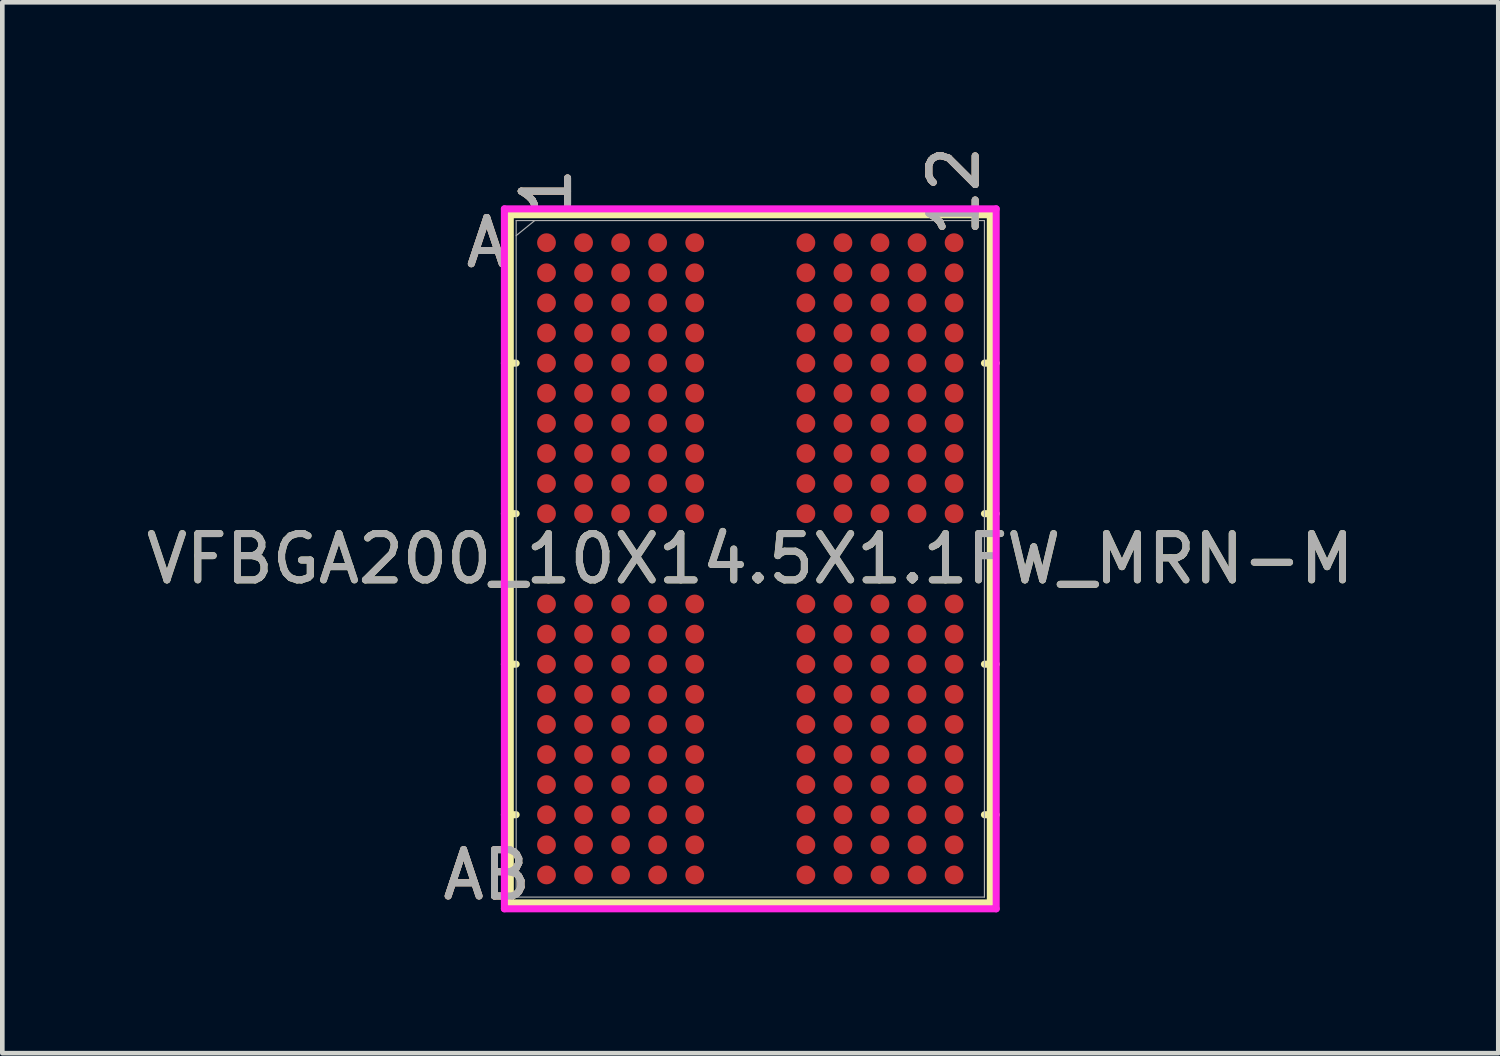
<source format=kicad_pcb>
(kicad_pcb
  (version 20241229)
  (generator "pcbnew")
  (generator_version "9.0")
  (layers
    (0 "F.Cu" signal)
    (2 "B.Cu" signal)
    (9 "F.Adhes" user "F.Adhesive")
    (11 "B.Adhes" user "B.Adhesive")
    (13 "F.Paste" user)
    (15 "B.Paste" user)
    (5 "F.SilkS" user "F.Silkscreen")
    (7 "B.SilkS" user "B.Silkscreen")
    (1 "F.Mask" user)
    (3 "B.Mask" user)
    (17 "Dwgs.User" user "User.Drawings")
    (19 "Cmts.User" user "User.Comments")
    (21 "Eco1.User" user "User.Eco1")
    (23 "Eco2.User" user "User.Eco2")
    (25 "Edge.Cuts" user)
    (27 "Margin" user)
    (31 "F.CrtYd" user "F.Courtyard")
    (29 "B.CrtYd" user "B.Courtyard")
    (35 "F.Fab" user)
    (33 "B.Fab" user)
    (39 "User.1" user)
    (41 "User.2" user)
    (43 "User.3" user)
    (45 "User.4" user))
  (footprint "VFBGA200_10X14.5X1.1FW_MRN-M"
    (layer "F.Cu")
    (at 13.149 9.015)
    (property "Reference" "VFBGA200_10X14.5X1.1FW_MRN-M" (at 0 0 0) (unlocked yes) (layer "F.SilkS") (effects (font (size 1 1) (thickness 0.15))))
    (attr smd)
    (fp_line (start -5.182 -7.429) (end -5.182 7.429) (stroke (width 0.152) (type solid)) (layer "F.SilkS"))
    (fp_line (start -5.182 7.429) (end 5.182 7.429) (stroke (width 0.152) (type solid)) (layer "F.SilkS"))
    (fp_line (start -5.055 -4.225) (end -5.309 -4.225) (stroke (width 0.152) (type solid)) (layer "F.SilkS"))
    (fp_line (start -5.055 -0.975) (end -5.309 -0.975) (stroke (width 0.152) (type solid)) (layer "F.SilkS"))
    (fp_line (start -5.055 2.275) (end -5.309 2.275) (stroke (width 0.152) (type solid)) (layer "F.SilkS"))
    (fp_line (start -5.055 5.525) (end -5.309 5.525) (stroke (width 0.152) (type solid)) (layer "F.SilkS"))
    (fp_line (start 5.055 -4.225) (end 5.309 -4.225) (stroke (width 0.152) (type solid)) (layer "F.SilkS"))
    (fp_line (start 5.055 -0.975) (end 5.309 -0.975) (stroke (width 0.152) (type solid)) (layer "F.SilkS"))
    (fp_line (start 5.055 2.275) (end 5.309 2.275) (stroke (width 0.152) (type solid)) (layer "F.SilkS"))
    (fp_line (start 5.055 5.525) (end 5.309 5.525) (stroke (width 0.152) (type solid)) (layer "F.SilkS"))
    (fp_line (start 5.182 -7.429) (end -5.182 -7.429) (stroke (width 0.152) (type solid)) (layer "F.SilkS"))
    (fp_line (start 5.182 7.429) (end 5.182 -7.429) (stroke (width 0.152) (type solid)) (layer "F.SilkS"))
    (fp_poly (pts (xy -5.245 -7.595) (xy 5.245 -7.595) (xy 5.245 7.595) (xy -5.245 7.595)) (stroke (width 0.1) (type solid)) (fill no) (layer "Eco2.User"))
    (fp_line (start -5.309 -7.556) (end 5.309 -7.556) (stroke (width 0.152) (type solid)) (layer "F.CrtYd"))
    (fp_line (start -5.309 7.556) (end -5.309 -7.556) (stroke (width 0.152) (type solid)) (layer "F.CrtYd"))
    (fp_line (start 5.309 -7.556) (end 5.309 7.556) (stroke (width 0.152) (type solid)) (layer "F.CrtYd"))
    (fp_line (start 5.309 7.556) (end -5.309 7.556) (stroke (width 0.152) (type solid)) (layer "F.CrtYd"))
    (fp_line (start -5.055 -7.303) (end -5.055 7.303) (stroke (width 0.025) (type solid)) (layer "F.Fab"))
    (fp_line (start -5.055 7.303) (end 5.055 7.303) (stroke (width 0.025) (type solid)) (layer "F.Fab"))
    (fp_line (start -4.655 -7.303) (end -5.055 -6.978) (stroke (width 0.025) (type solid)) (layer "F.Fab"))
    (fp_line (start 5.055 -7.303) (end -5.055 -7.303) (stroke (width 0.025) (type solid)) (layer "F.Fab"))
    (fp_line (start 5.055 7.303) (end 5.055 -7.303) (stroke (width 0.025) (type solid)) (layer "F.Fab"))
    (fp_text user "A" (at -5.69 -6.825 0) (unlocked yes) (layer "F.SilkS") (effects (font (size 1 1) (thickness 0.15))))
    (fp_text user "1" (at -4.4 -7.938 90) (unlocked yes) (layer "F.SilkS") (effects (font (size 1 1) (thickness 0.15))))
    (fp_text user "12" (at 4.4 -7.938 90) (unlocked yes) (layer "F.SilkS") (effects (font (size 1 1) (thickness 0.15))))
    (fp_text user "AB" (at -5.69 6.825 0) (unlocked yes) (layer "F.SilkS") (effects (font (size 1 1) (thickness 0.15))))
    (fp_text user "1" (at -4.4 -7.938 90) (unlocked yes) (layer "B.SilkS") (effects (font (size 1 1) (thickness 0.15))))
    (fp_text user "12" (at 4.4 -7.938 90) (unlocked yes) (layer "B.SilkS") (effects (font (size 1 1) (thickness 0.15))))
    (fp_text user "AB" (at -5.69 6.825 0) (unlocked yes) (layer "B.SilkS") (effects (font (size 1 1) (thickness 0.15))))
    (fp_text user "A" (at -5.69 -6.825 0) (unlocked yes) (layer "B.SilkS") (effects (font (size 1 1) (thickness 0.15))))
    (fp_text user "${REFERENCE}" (at 0 0 0) (unlocked yes) (layer "F.Fab") (effects (font (size 1 1) (thickness 0.15))))
    (fp_text user "A" (at -5.69 -6.825 0) (unlocked yes) (layer "F.Fab") (effects (font (size 1 1) (thickness 0.15))))
    (fp_text user "AB" (at -5.69 6.825 0) (unlocked yes) (layer "F.Fab") (effects (font (size 1 1) (thickness 0.15))))
    (fp_text user "1" (at -4.4 -7.938 90) (unlocked yes) (layer "F.Fab") (effects (font (size 1 1) (thickness 0.15))))
    (fp_text user "12" (at 4.4 -7.938 90) (unlocked yes) (layer "F.Fab") (effects (font (size 1 1) (thickness 0.15))))
    (pad "A1" smd circle (at -4.4 -6.825) (size 0.406 0.406) (layers "F.Cu" "F.Mask" "F.Paste"))
    (pad "A2" smd circle (at -3.6 -6.825) (size 0.406 0.406) (layers "F.Cu" "F.Mask" "F.Paste"))
    (pad "A3" smd circle (at -2.8 -6.825) (size 0.406 0.406) (layers "F.Cu" "F.Mask" "F.Paste"))
    (pad "A4" smd circle (at -2 -6.825) (size 0.406 0.406) (layers "F.Cu" "F.Mask" "F.Paste"))
    (pad "A5" smd circle (at -1.2 -6.825) (size 0.406 0.406) (layers "F.Cu" "F.Mask" "F.Paste"))
    (pad "A8" smd circle (at 1.2 -6.825) (size 0.406 0.406) (layers "F.Cu" "F.Mask" "F.Paste"))
    (pad "A9" smd circle (at 2 -6.825) (size 0.406 0.406) (layers "F.Cu" "F.Mask" "F.Paste"))
    (pad "A10" smd circle (at 2.8 -6.825) (size 0.406 0.406) (layers "F.Cu" "F.Mask" "F.Paste"))
    (pad "A11" smd circle (at 3.6 -6.825) (size 0.406 0.406) (layers "F.Cu" "F.Mask" "F.Paste"))
    (pad "A12" smd circle (at 4.4 -6.825) (size 0.406 0.406) (layers "F.Cu" "F.Mask" "F.Paste"))
    (pad "AA1" smd circle (at -4.4 6.175) (size 0.406 0.406) (layers "F.Cu" "F.Mask" "F.Paste"))
    (pad "AA2" smd circle (at -3.6 6.175) (size 0.406 0.406) (layers "F.Cu" "F.Mask" "F.Paste"))
    (pad "AA3" smd circle (at -2.8 6.175) (size 0.406 0.406) (layers "F.Cu" "F.Mask" "F.Paste"))
    (pad "AA4" smd circle (at -2 6.175) (size 0.406 0.406) (layers "F.Cu" "F.Mask" "F.Paste"))
    (pad "AA5" smd circle (at -1.2 6.175) (size 0.406 0.406) (layers "F.Cu" "F.Mask" "F.Paste"))
    (pad "AA8" smd circle (at 1.2 6.175) (size 0.406 0.406) (layers "F.Cu" "F.Mask" "F.Paste"))
    (pad "AA9" smd circle (at 2 6.175) (size 0.406 0.406) (layers "F.Cu" "F.Mask" "F.Paste"))
    (pad "AA10" smd circle (at 2.8 6.175) (size 0.406 0.406) (layers "F.Cu" "F.Mask" "F.Paste"))
    (pad "AA11" smd circle (at 3.6 6.175) (size 0.406 0.406) (layers "F.Cu" "F.Mask" "F.Paste"))
    (pad "AA12" smd circle (at 4.4 6.175) (size 0.406 0.406) (layers "F.Cu" "F.Mask" "F.Paste"))
    (pad "AB1" smd circle (at -4.4 6.825) (size 0.406 0.406) (layers "F.Cu" "F.Mask" "F.Paste"))
    (pad "AB2" smd circle (at -3.6 6.825) (size 0.406 0.406) (layers "F.Cu" "F.Mask" "F.Paste"))
    (pad "AB3" smd circle (at -2.8 6.825) (size 0.406 0.406) (layers "F.Cu" "F.Mask" "F.Paste"))
    (pad "AB4" smd circle (at -2 6.825) (size 0.406 0.406) (layers "F.Cu" "F.Mask" "F.Paste"))
    (pad "AB5" smd circle (at -1.2 6.825) (size 0.406 0.406) (layers "F.Cu" "F.Mask" "F.Paste"))
    (pad "AB8" smd circle (at 1.2 6.825) (size 0.406 0.406) (layers "F.Cu" "F.Mask" "F.Paste"))
    (pad "AB9" smd circle (at 2 6.825) (size 0.406 0.406) (layers "F.Cu" "F.Mask" "F.Paste"))
    (pad "AB10" smd circle (at 2.8 6.825) (size 0.406 0.406) (layers "F.Cu" "F.Mask" "F.Paste"))
    (pad "AB11" smd circle (at 3.6 6.825) (size 0.406 0.406) (layers "F.Cu" "F.Mask" "F.Paste"))
    (pad "AB12" smd circle (at 4.4 6.825) (size 0.406 0.406) (layers "F.Cu" "F.Mask" "F.Paste"))
    (pad "B1" smd circle (at -4.4 -6.175) (size 0.406 0.406) (layers "F.Cu" "F.Mask" "F.Paste"))
    (pad "B2" smd circle (at -3.6 -6.175) (size 0.406 0.406) (layers "F.Cu" "F.Mask" "F.Paste"))
    (pad "B3" smd circle (at -2.8 -6.175) (size 0.406 0.406) (layers "F.Cu" "F.Mask" "F.Paste"))
    (pad "B4" smd circle (at -2 -6.175) (size 0.406 0.406) (layers "F.Cu" "F.Mask" "F.Paste"))
    (pad "B5" smd circle (at -1.2 -6.175) (size 0.406 0.406) (layers "F.Cu" "F.Mask" "F.Paste"))
    (pad "B8" smd circle (at 1.2 -6.175) (size 0.406 0.406) (layers "F.Cu" "F.Mask" "F.Paste"))
    (pad "B9" smd circle (at 2 -6.175) (size 0.406 0.406) (layers "F.Cu" "F.Mask" "F.Paste"))
    (pad "B10" smd circle (at 2.8 -6.175) (size 0.406 0.406) (layers "F.Cu" "F.Mask" "F.Paste"))
    (pad "B11" smd circle (at 3.6 -6.175) (size 0.406 0.406) (layers "F.Cu" "F.Mask" "F.Paste"))
    (pad "B12" smd circle (at 4.4 -6.175) (size 0.406 0.406) (layers "F.Cu" "F.Mask" "F.Paste"))
    (pad "C1" smd circle (at -4.4 -5.525) (size 0.406 0.406) (layers "F.Cu" "F.Mask" "F.Paste"))
    (pad "C2" smd circle (at -3.6 -5.525) (size 0.406 0.406) (layers "F.Cu" "F.Mask" "F.Paste"))
    (pad "C3" smd circle (at -2.8 -5.525) (size 0.406 0.406) (layers "F.Cu" "F.Mask" "F.Paste"))
    (pad "C4" smd circle (at -2 -5.525) (size 0.406 0.406) (layers "F.Cu" "F.Mask" "F.Paste"))
    (pad "C5" smd circle (at -1.2 -5.525) (size 0.406 0.406) (layers "F.Cu" "F.Mask" "F.Paste"))
    (pad "C8" smd circle (at 1.2 -5.525) (size 0.406 0.406) (layers "F.Cu" "F.Mask" "F.Paste"))
    (pad "C9" smd circle (at 2 -5.525) (size 0.406 0.406) (layers "F.Cu" "F.Mask" "F.Paste"))
    (pad "C10" smd circle (at 2.8 -5.525) (size 0.406 0.406) (layers "F.Cu" "F.Mask" "F.Paste"))
    (pad "C11" smd circle (at 3.6 -5.525) (size 0.406 0.406) (layers "F.Cu" "F.Mask" "F.Paste"))
    (pad "C12" smd circle (at 4.4 -5.525) (size 0.406 0.406) (layers "F.Cu" "F.Mask" "F.Paste"))
    (pad "D1" smd circle (at -4.4 -4.875) (size 0.406 0.406) (layers "F.Cu" "F.Mask" "F.Paste"))
    (pad "D2" smd circle (at -3.6 -4.875) (size 0.406 0.406) (layers "F.Cu" "F.Mask" "F.Paste"))
    (pad "D3" smd circle (at -2.8 -4.875) (size 0.406 0.406) (layers "F.Cu" "F.Mask" "F.Paste"))
    (pad "D4" smd circle (at -2 -4.875) (size 0.406 0.406) (layers "F.Cu" "F.Mask" "F.Paste"))
    (pad "D5" smd circle (at -1.2 -4.875) (size 0.406 0.406) (layers "F.Cu" "F.Mask" "F.Paste"))
    (pad "D8" smd circle (at 1.2 -4.875) (size 0.406 0.406) (layers "F.Cu" "F.Mask" "F.Paste"))
    (pad "D9" smd circle (at 2 -4.875) (size 0.406 0.406) (layers "F.Cu" "F.Mask" "F.Paste"))
    (pad "D10" smd circle (at 2.8 -4.875) (size 0.406 0.406) (layers "F.Cu" "F.Mask" "F.Paste"))
    (pad "D11" smd circle (at 3.6 -4.875) (size 0.406 0.406) (layers "F.Cu" "F.Mask" "F.Paste"))
    (pad "D12" smd circle (at 4.4 -4.875) (size 0.406 0.406) (layers "F.Cu" "F.Mask" "F.Paste"))
    (pad "E1" smd circle (at -4.4 -4.225) (size 0.406 0.406) (layers "F.Cu" "F.Mask" "F.Paste"))
    (pad "E2" smd circle (at -3.6 -4.225) (size 0.406 0.406) (layers "F.Cu" "F.Mask" "F.Paste"))
    (pad "E3" smd circle (at -2.8 -4.225) (size 0.406 0.406) (layers "F.Cu" "F.Mask" "F.Paste"))
    (pad "E4" smd circle (at -2 -4.225) (size 0.406 0.406) (layers "F.Cu" "F.Mask" "F.Paste"))
    (pad "E5" smd circle (at -1.2 -4.225) (size 0.406 0.406) (layers "F.Cu" "F.Mask" "F.Paste"))
    (pad "E8" smd circle (at 1.2 -4.225) (size 0.406 0.406) (layers "F.Cu" "F.Mask" "F.Paste"))
    (pad "E9" smd circle (at 2 -4.225) (size 0.406 0.406) (layers "F.Cu" "F.Mask" "F.Paste"))
    (pad "E10" smd circle (at 2.8 -4.225) (size 0.406 0.406) (layers "F.Cu" "F.Mask" "F.Paste"))
    (pad "E11" smd circle (at 3.6 -4.225) (size 0.406 0.406) (layers "F.Cu" "F.Mask" "F.Paste"))
    (pad "E12" smd circle (at 4.4 -4.225) (size 0.406 0.406) (layers "F.Cu" "F.Mask" "F.Paste"))
    (pad "F1" smd circle (at -4.4 -3.575) (size 0.406 0.406) (layers "F.Cu" "F.Mask" "F.Paste"))
    (pad "F2" smd circle (at -3.6 -3.575) (size 0.406 0.406) (layers "F.Cu" "F.Mask" "F.Paste"))
    (pad "F3" smd circle (at -2.8 -3.575) (size 0.406 0.406) (layers "F.Cu" "F.Mask" "F.Paste"))
    (pad "F4" smd circle (at -2 -3.575) (size 0.406 0.406) (layers "F.Cu" "F.Mask" "F.Paste"))
    (pad "F5" smd circle (at -1.2 -3.575) (size 0.406 0.406) (layers "F.Cu" "F.Mask" "F.Paste"))
    (pad "F8" smd circle (at 1.2 -3.575) (size 0.406 0.406) (layers "F.Cu" "F.Mask" "F.Paste"))
    (pad "F9" smd circle (at 2 -3.575) (size 0.406 0.406) (layers "F.Cu" "F.Mask" "F.Paste"))
    (pad "F10" smd circle (at 2.8 -3.575) (size 0.406 0.406) (layers "F.Cu" "F.Mask" "F.Paste"))
    (pad "F11" smd circle (at 3.6 -3.575) (size 0.406 0.406) (layers "F.Cu" "F.Mask" "F.Paste"))
    (pad "F12" smd circle (at 4.4 -3.575) (size 0.406 0.406) (layers "F.Cu" "F.Mask" "F.Paste"))
    (pad "G1" smd circle (at -4.4 -2.925) (size 0.406 0.406) (layers "F.Cu" "F.Mask" "F.Paste"))
    (pad "G2" smd circle (at -3.6 -2.925) (size 0.406 0.406) (layers "F.Cu" "F.Mask" "F.Paste"))
    (pad "G3" smd circle (at -2.8 -2.925) (size 0.406 0.406) (layers "F.Cu" "F.Mask" "F.Paste"))
    (pad "G4" smd circle (at -2 -2.925) (size 0.406 0.406) (layers "F.Cu" "F.Mask" "F.Paste"))
    (pad "G5" smd circle (at -1.2 -2.925) (size 0.406 0.406) (layers "F.Cu" "F.Mask" "F.Paste"))
    (pad "G8" smd circle (at 1.2 -2.925) (size 0.406 0.406) (layers "F.Cu" "F.Mask" "F.Paste"))
    (pad "G9" smd circle (at 2 -2.925) (size 0.406 0.406) (layers "F.Cu" "F.Mask" "F.Paste"))
    (pad "G10" smd circle (at 2.8 -2.925) (size 0.406 0.406) (layers "F.Cu" "F.Mask" "F.Paste"))
    (pad "G11" smd circle (at 3.6 -2.925) (size 0.406 0.406) (layers "F.Cu" "F.Mask" "F.Paste"))
    (pad "G12" smd circle (at 4.4 -2.925) (size 0.406 0.406) (layers "F.Cu" "F.Mask" "F.Paste"))
    (pad "H1" smd circle (at -4.4 -2.275) (size 0.406 0.406) (layers "F.Cu" "F.Mask" "F.Paste"))
    (pad "H2" smd circle (at -3.6 -2.275) (size 0.406 0.406) (layers "F.Cu" "F.Mask" "F.Paste"))
    (pad "H3" smd circle (at -2.8 -2.275) (size 0.406 0.406) (layers "F.Cu" "F.Mask" "F.Paste"))
    (pad "H4" smd circle (at -2 -2.275) (size 0.406 0.406) (layers "F.Cu" "F.Mask" "F.Paste"))
    (pad "H5" smd circle (at -1.2 -2.275) (size 0.406 0.406) (layers "F.Cu" "F.Mask" "F.Paste"))
    (pad "H8" smd circle (at 1.2 -2.275) (size 0.406 0.406) (layers "F.Cu" "F.Mask" "F.Paste"))
    (pad "H9" smd circle (at 2 -2.275) (size 0.406 0.406) (layers "F.Cu" "F.Mask" "F.Paste"))
    (pad "H10" smd circle (at 2.8 -2.275) (size 0.406 0.406) (layers "F.Cu" "F.Mask" "F.Paste"))
    (pad "H11" smd circle (at 3.6 -2.275) (size 0.406 0.406) (layers "F.Cu" "F.Mask" "F.Paste"))
    (pad "H12" smd circle (at 4.4 -2.275) (size 0.406 0.406) (layers "F.Cu" "F.Mask" "F.Paste"))
    (pad "J1" smd circle (at -4.4 -1.625) (size 0.406 0.406) (layers "F.Cu" "F.Mask" "F.Paste"))
    (pad "J2" smd circle (at -3.6 -1.625) (size 0.406 0.406) (layers "F.Cu" "F.Mask" "F.Paste"))
    (pad "J3" smd circle (at -2.8 -1.625) (size 0.406 0.406) (layers "F.Cu" "F.Mask" "F.Paste"))
    (pad "J4" smd circle (at -2 -1.625) (size 0.406 0.406) (layers "F.Cu" "F.Mask" "F.Paste"))
    (pad "J5" smd circle (at -1.2 -1.625) (size 0.406 0.406) (layers "F.Cu" "F.Mask" "F.Paste"))
    (pad "J8" smd circle (at 1.2 -1.625) (size 0.406 0.406) (layers "F.Cu" "F.Mask" "F.Paste"))
    (pad "J9" smd circle (at 2 -1.625) (size 0.406 0.406) (layers "F.Cu" "F.Mask" "F.Paste"))
    (pad "J10" smd circle (at 2.8 -1.625) (size 0.406 0.406) (layers "F.Cu" "F.Mask" "F.Paste"))
    (pad "J11" smd circle (at 3.6 -1.625) (size 0.406 0.406) (layers "F.Cu" "F.Mask" "F.Paste"))
    (pad "J12" smd circle (at 4.4 -1.625) (size 0.406 0.406) (layers "F.Cu" "F.Mask" "F.Paste"))
    (pad "K1" smd circle (at -4.4 -0.975) (size 0.406 0.406) (layers "F.Cu" "F.Mask" "F.Paste"))
    (pad "K2" smd circle (at -3.6 -0.975) (size 0.406 0.406) (layers "F.Cu" "F.Mask" "F.Paste"))
    (pad "K3" smd circle (at -2.8 -0.975) (size 0.406 0.406) (layers "F.Cu" "F.Mask" "F.Paste"))
    (pad "K4" smd circle (at -2 -0.975) (size 0.406 0.406) (layers "F.Cu" "F.Mask" "F.Paste"))
    (pad "K5" smd circle (at -1.2 -0.975) (size 0.406 0.406) (layers "F.Cu" "F.Mask" "F.Paste"))
    (pad "K8" smd circle (at 1.2 -0.975) (size 0.406 0.406) (layers "F.Cu" "F.Mask" "F.Paste"))
    (pad "K9" smd circle (at 2 -0.975) (size 0.406 0.406) (layers "F.Cu" "F.Mask" "F.Paste"))
    (pad "K10" smd circle (at 2.8 -0.975) (size 0.406 0.406) (layers "F.Cu" "F.Mask" "F.Paste"))
    (pad "K11" smd circle (at 3.6 -0.975) (size 0.406 0.406) (layers "F.Cu" "F.Mask" "F.Paste"))
    (pad "K12" smd circle (at 4.4 -0.975) (size 0.406 0.406) (layers "F.Cu" "F.Mask" "F.Paste"))
    (pad "N1" smd circle (at -4.4 0.975) (size 0.406 0.406) (layers "F.Cu" "F.Mask" "F.Paste"))
    (pad "N2" smd circle (at -3.6 0.975) (size 0.406 0.406) (layers "F.Cu" "F.Mask" "F.Paste"))
    (pad "N3" smd circle (at -2.8 0.975) (size 0.406 0.406) (layers "F.Cu" "F.Mask" "F.Paste"))
    (pad "N4" smd circle (at -2 0.975) (size 0.406 0.406) (layers "F.Cu" "F.Mask" "F.Paste"))
    (pad "N5" smd circle (at -1.2 0.975) (size 0.406 0.406) (layers "F.Cu" "F.Mask" "F.Paste"))
    (pad "N8" smd circle (at 1.2 0.975) (size 0.406 0.406) (layers "F.Cu" "F.Mask" "F.Paste"))
    (pad "N9" smd circle (at 2 0.975) (size 0.406 0.406) (layers "F.Cu" "F.Mask" "F.Paste"))
    (pad "N10" smd circle (at 2.8 0.975) (size 0.406 0.406) (layers "F.Cu" "F.Mask" "F.Paste"))
    (pad "N11" smd circle (at 3.6 0.975) (size 0.406 0.406) (layers "F.Cu" "F.Mask" "F.Paste"))
    (pad "N12" smd circle (at 4.4 0.975) (size 0.406 0.406) (layers "F.Cu" "F.Mask" "F.Paste"))
    (pad "P1" smd circle (at -4.4 1.625) (size 0.406 0.406) (layers "F.Cu" "F.Mask" "F.Paste"))
    (pad "P2" smd circle (at -3.6 1.625) (size 0.406 0.406) (layers "F.Cu" "F.Mask" "F.Paste"))
    (pad "P3" smd circle (at -2.8 1.625) (size 0.406 0.406) (layers "F.Cu" "F.Mask" "F.Paste"))
    (pad "P4" smd circle (at -2 1.625) (size 0.406 0.406) (layers "F.Cu" "F.Mask" "F.Paste"))
    (pad "P5" smd circle (at -1.2 1.625) (size 0.406 0.406) (layers "F.Cu" "F.Mask" "F.Paste"))
    (pad "P8" smd circle (at 1.2 1.625) (size 0.406 0.406) (layers "F.Cu" "F.Mask" "F.Paste"))
    (pad "P9" smd circle (at 2 1.625) (size 0.406 0.406) (layers "F.Cu" "F.Mask" "F.Paste"))
    (pad "P10" smd circle (at 2.8 1.625) (size 0.406 0.406) (layers "F.Cu" "F.Mask" "F.Paste"))
    (pad "P11" smd circle (at 3.6 1.625) (size 0.406 0.406) (layers "F.Cu" "F.Mask" "F.Paste"))
    (pad "P12" smd circle (at 4.4 1.625) (size 0.406 0.406) (layers "F.Cu" "F.Mask" "F.Paste"))
    (pad "R1" smd circle (at -4.4 2.275) (size 0.406 0.406) (layers "F.Cu" "F.Mask" "F.Paste"))
    (pad "R2" smd circle (at -3.6 2.275) (size 0.406 0.406) (layers "F.Cu" "F.Mask" "F.Paste"))
    (pad "R3" smd circle (at -2.8 2.275) (size 0.406 0.406) (layers "F.Cu" "F.Mask" "F.Paste"))
    (pad "R4" smd circle (at -2 2.275) (size 0.406 0.406) (layers "F.Cu" "F.Mask" "F.Paste"))
    (pad "R5" smd circle (at -1.2 2.275) (size 0.406 0.406) (layers "F.Cu" "F.Mask" "F.Paste"))
    (pad "R8" smd circle (at 1.2 2.275) (size 0.406 0.406) (layers "F.Cu" "F.Mask" "F.Paste"))
    (pad "R9" smd circle (at 2 2.275) (size 0.406 0.406) (layers "F.Cu" "F.Mask" "F.Paste"))
    (pad "R10" smd circle (at 2.8 2.275) (size 0.406 0.406) (layers "F.Cu" "F.Mask" "F.Paste"))
    (pad "R11" smd circle (at 3.6 2.275) (size 0.406 0.406) (layers "F.Cu" "F.Mask" "F.Paste"))
    (pad "R12" smd circle (at 4.4 2.275) (size 0.406 0.406) (layers "F.Cu" "F.Mask" "F.Paste"))
    (pad "T1" smd circle (at -4.4 2.925) (size 0.406 0.406) (layers "F.Cu" "F.Mask" "F.Paste"))
    (pad "T2" smd circle (at -3.6 2.925) (size 0.406 0.406) (layers "F.Cu" "F.Mask" "F.Paste"))
    (pad "T3" smd circle (at -2.8 2.925) (size 0.406 0.406) (layers "F.Cu" "F.Mask" "F.Paste"))
    (pad "T4" smd circle (at -2 2.925) (size 0.406 0.406) (layers "F.Cu" "F.Mask" "F.Paste"))
    (pad "T5" smd circle (at -1.2 2.925) (size 0.406 0.406) (layers "F.Cu" "F.Mask" "F.Paste"))
    (pad "T8" smd circle (at 1.2 2.925) (size 0.406 0.406) (layers "F.Cu" "F.Mask" "F.Paste"))
    (pad "T9" smd circle (at 2 2.925) (size 0.406 0.406) (layers "F.Cu" "F.Mask" "F.Paste"))
    (pad "T10" smd circle (at 2.8 2.925) (size 0.406 0.406) (layers "F.Cu" "F.Mask" "F.Paste"))
    (pad "T11" smd circle (at 3.6 2.925) (size 0.406 0.406) (layers "F.Cu" "F.Mask" "F.Paste"))
    (pad "T12" smd circle (at 4.4 2.925) (size 0.406 0.406) (layers "F.Cu" "F.Mask" "F.Paste"))
    (pad "U1" smd circle (at -4.4 3.575) (size 0.406 0.406) (layers "F.Cu" "F.Mask" "F.Paste"))
    (pad "U2" smd circle (at -3.6 3.575) (size 0.406 0.406) (layers "F.Cu" "F.Mask" "F.Paste"))
    (pad "U3" smd circle (at -2.8 3.575) (size 0.406 0.406) (layers "F.Cu" "F.Mask" "F.Paste"))
    (pad "U4" smd circle (at -2 3.575) (size 0.406 0.406) (layers "F.Cu" "F.Mask" "F.Paste"))
    (pad "U5" smd circle (at -1.2 3.575) (size 0.406 0.406) (layers "F.Cu" "F.Mask" "F.Paste"))
    (pad "U8" smd circle (at 1.2 3.575) (size 0.406 0.406) (layers "F.Cu" "F.Mask" "F.Paste"))
    (pad "U9" smd circle (at 2 3.575) (size 0.406 0.406) (layers "F.Cu" "F.Mask" "F.Paste"))
    (pad "U10" smd circle (at 2.8 3.575) (size 0.406 0.406) (layers "F.Cu" "F.Mask" "F.Paste"))
    (pad "U11" smd circle (at 3.6 3.575) (size 0.406 0.406) (layers "F.Cu" "F.Mask" "F.Paste"))
    (pad "U12" smd circle (at 4.4 3.575) (size 0.406 0.406) (layers "F.Cu" "F.Mask" "F.Paste"))
    (pad "V1" smd circle (at -4.4 4.225) (size 0.406 0.406) (layers "F.Cu" "F.Mask" "F.Paste"))
    (pad "V2" smd circle (at -3.6 4.225) (size 0.406 0.406) (layers "F.Cu" "F.Mask" "F.Paste"))
    (pad "V3" smd circle (at -2.8 4.225) (size 0.406 0.406) (layers "F.Cu" "F.Mask" "F.Paste"))
    (pad "V4" smd circle (at -2 4.225) (size 0.406 0.406) (layers "F.Cu" "F.Mask" "F.Paste"))
    (pad "V5" smd circle (at -1.2 4.225) (size 0.406 0.406) (layers "F.Cu" "F.Mask" "F.Paste"))
    (pad "V8" smd circle (at 1.2 4.225) (size 0.406 0.406) (layers "F.Cu" "F.Mask" "F.Paste"))
    (pad "V9" smd circle (at 2 4.225) (size 0.406 0.406) (layers "F.Cu" "F.Mask" "F.Paste"))
    (pad "V10" smd circle (at 2.8 4.225) (size 0.406 0.406) (layers "F.Cu" "F.Mask" "F.Paste"))
    (pad "V11" smd circle (at 3.6 4.225) (size 0.406 0.406) (layers "F.Cu" "F.Mask" "F.Paste"))
    (pad "V12" smd circle (at 4.4 4.225) (size 0.406 0.406) (layers "F.Cu" "F.Mask" "F.Paste"))
    (pad "W1" smd circle (at -4.4 4.875) (size 0.406 0.406) (layers "F.Cu" "F.Mask" "F.Paste"))
    (pad "W2" smd circle (at -3.6 4.875) (size 0.406 0.406) (layers "F.Cu" "F.Mask" "F.Paste"))
    (pad "W3" smd circle (at -2.8 4.875) (size 0.406 0.406) (layers "F.Cu" "F.Mask" "F.Paste"))
    (pad "W4" smd circle (at -2 4.875) (size 0.406 0.406) (layers "F.Cu" "F.Mask" "F.Paste"))
    (pad "W5" smd circle (at -1.2 4.875) (size 0.406 0.406) (layers "F.Cu" "F.Mask" "F.Paste"))
    (pad "W8" smd circle (at 1.2 4.875) (size 0.406 0.406) (layers "F.Cu" "F.Mask" "F.Paste"))
    (pad "W9" smd circle (at 2 4.875) (size 0.406 0.406) (layers "F.Cu" "F.Mask" "F.Paste"))
    (pad "W10" smd circle (at 2.8 4.875) (size 0.406 0.406) (layers "F.Cu" "F.Mask" "F.Paste"))
    (pad "W11" smd circle (at 3.6 4.875) (size 0.406 0.406) (layers "F.Cu" "F.Mask" "F.Paste"))
    (pad "W12" smd circle (at 4.4 4.875) (size 0.406 0.406) (layers "F.Cu" "F.Mask" "F.Paste"))
    (pad "Y1" smd circle (at -4.4 5.525) (size 0.406 0.406) (layers "F.Cu" "F.Mask" "F.Paste"))
    (pad "Y2" smd circle (at -3.6 5.525) (size 0.406 0.406) (layers "F.Cu" "F.Mask" "F.Paste"))
    (pad "Y3" smd circle (at -2.8 5.525) (size 0.406 0.406) (layers "F.Cu" "F.Mask" "F.Paste"))
    (pad "Y4" smd circle (at -2 5.525) (size 0.406 0.406) (layers "F.Cu" "F.Mask" "F.Paste"))
    (pad "Y5" smd circle (at -1.2 5.525) (size 0.406 0.406) (layers "F.Cu" "F.Mask" "F.Paste"))
    (pad "Y8" smd circle (at 1.2 5.525) (size 0.406 0.406) (layers "F.Cu" "F.Mask" "F.Paste"))
    (pad "Y9" smd circle (at 2 5.525) (size 0.406 0.406) (layers "F.Cu" "F.Mask" "F.Paste"))
    (pad "Y10" smd circle (at 2.8 5.525) (size 0.406 0.406) (layers "F.Cu" "F.Mask" "F.Paste"))
    (pad "Y11" smd circle (at 3.6 5.525) (size 0.406 0.406) (layers "F.Cu" "F.Mask" "F.Paste"))
    (pad "Y12" smd circle (at 4.4 5.525) (size 0.406 0.406) (layers "F.Cu" "F.Mask" "F.Paste")))
  (gr_rect
    (start -3 -3)
    (end 29.298 19.688)
    (stroke (width 0.1) (type default))
    (fill no)
    (layer "Edge.Cuts")))
</source>
